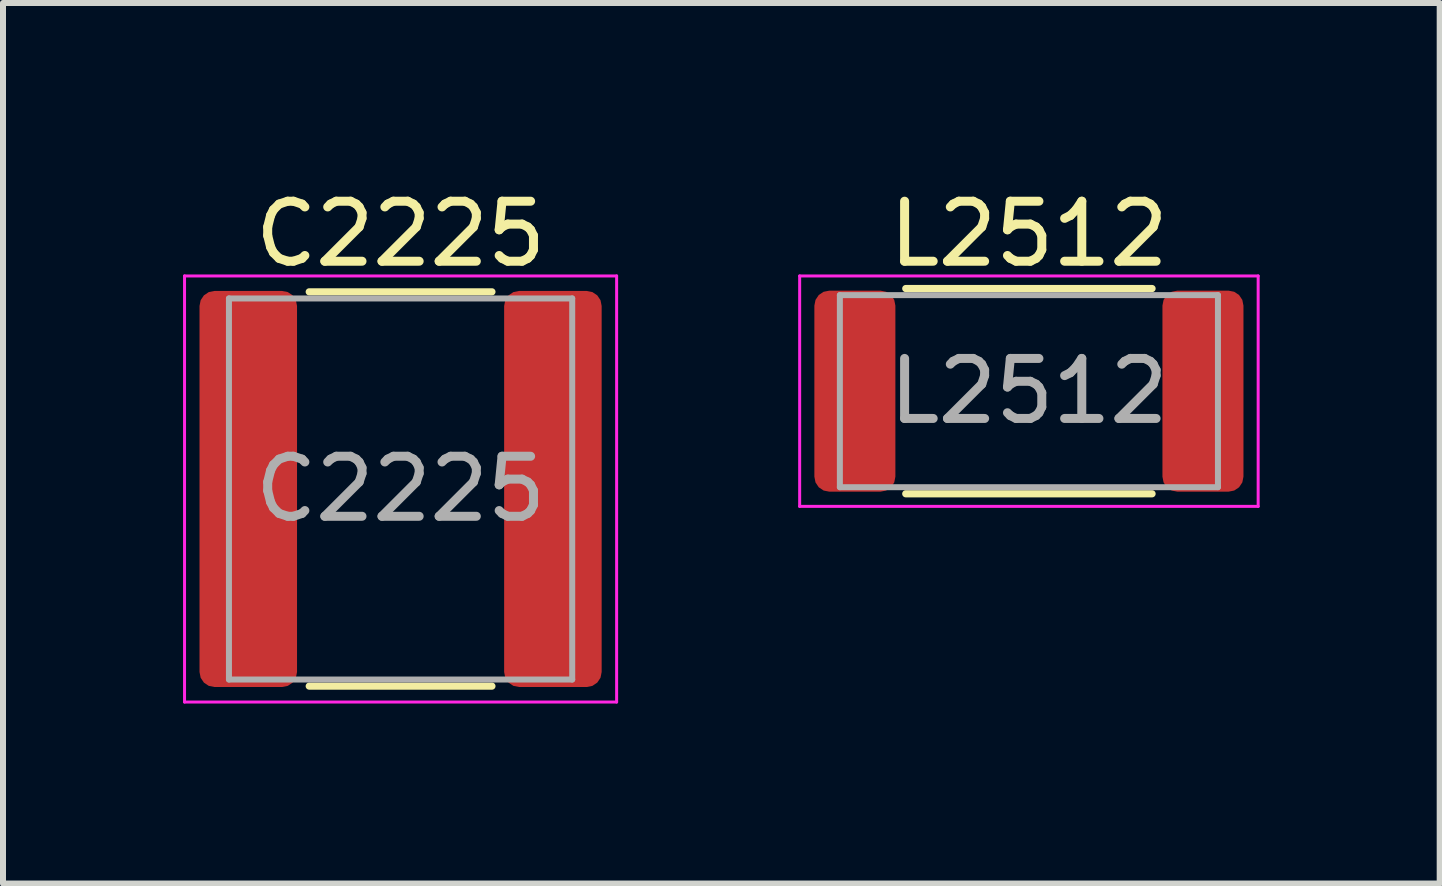
<source format=kicad_pcb>
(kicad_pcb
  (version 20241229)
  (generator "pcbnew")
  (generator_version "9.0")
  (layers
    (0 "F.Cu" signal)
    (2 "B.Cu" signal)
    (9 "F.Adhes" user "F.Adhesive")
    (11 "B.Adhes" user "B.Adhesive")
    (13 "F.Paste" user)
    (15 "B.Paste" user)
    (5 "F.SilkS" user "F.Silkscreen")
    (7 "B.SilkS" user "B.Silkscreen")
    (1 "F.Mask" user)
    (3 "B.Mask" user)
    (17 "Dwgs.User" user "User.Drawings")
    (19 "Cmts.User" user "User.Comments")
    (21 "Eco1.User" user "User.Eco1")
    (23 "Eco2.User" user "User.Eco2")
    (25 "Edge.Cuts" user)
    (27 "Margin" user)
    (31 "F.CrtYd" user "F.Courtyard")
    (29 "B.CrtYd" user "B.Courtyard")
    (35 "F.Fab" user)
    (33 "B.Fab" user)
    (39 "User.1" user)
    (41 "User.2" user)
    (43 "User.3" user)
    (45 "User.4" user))
  (footprint "C2225"
    (layer "F.Cu")
    (at 3.625 5.098)
    (property "Reference" "C2225" (at 0 -4.25 0) (layer "F.SilkS") (effects (font (size 1 1) (thickness 0.15))))
    (attr smd)
    (fp_line (start -1.522 -3.285) (end 1.522 -3.285) (stroke (width 0.12) (type solid)) (layer "F.SilkS"))
    (fp_line (start -1.522 3.285) (end 1.522 3.285) (stroke (width 0.12) (type solid)) (layer "F.SilkS"))
    (fp_line (start -3.6 -3.55) (end 3.6 -3.55) (stroke (width 0.05) (type solid)) (layer "F.CrtYd"))
    (fp_line (start -3.6 3.55) (end -3.6 -3.55) (stroke (width 0.05) (type solid)) (layer "F.CrtYd"))
    (fp_line (start 3.6 -3.55) (end 3.6 3.55) (stroke (width 0.05) (type solid)) (layer "F.CrtYd"))
    (fp_line (start 3.6 3.55) (end -3.6 3.55) (stroke (width 0.05) (type solid)) (layer "F.CrtYd"))
    (fp_line (start -2.86 -3.175) (end 2.86 -3.175) (stroke (width 0.1) (type solid)) (layer "F.Fab"))
    (fp_line (start -2.86 3.175) (end -2.86 -3.175) (stroke (width 0.1) (type solid)) (layer "F.Fab"))
    (fp_line (start 2.86 -3.175) (end 2.86 3.175) (stroke (width 0.1) (type solid)) (layer "F.Fab"))
    (fp_line (start 2.86 3.175) (end -2.86 3.175) (stroke (width 0.1) (type solid)) (layer "F.Fab"))
    (fp_text user "${REFERENCE}" (at 0 0 0) (layer "F.Fab") (effects (font (size 1 1) (thickness 0.15))))
    (pad "1" smd roundrect (at -2.538 0) (size 1.625 6.6) (layers "F.Cu" "F.Mask" "F.Paste") (roundrect_rratio 0.154))
    (pad "2" smd roundrect (at 2.538 0) (size 1.625 6.6) (layers "F.Cu" "F.Mask" "F.Paste") (roundrect_rratio 0.154)))
  (footprint "L2512"
    (layer "F.Cu")
    (at 14.095 3.468)
    (property "Reference" "L2512" (at 0 -2.62 0) (layer "F.SilkS") (effects (font (size 1 1) (thickness 0.15))))
    (attr smd)
    (fp_line (start -2.052 -1.71) (end 2.052 -1.71) (stroke (width 0.12) (type solid)) (layer "F.SilkS"))
    (fp_line (start -2.052 1.71) (end 2.052 1.71) (stroke (width 0.12) (type solid)) (layer "F.SilkS"))
    (fp_line (start -3.82 -1.92) (end 3.82 -1.92) (stroke (width 0.05) (type solid)) (layer "F.CrtYd"))
    (fp_line (start -3.82 1.92) (end -3.82 -1.92) (stroke (width 0.05) (type solid)) (layer "F.CrtYd"))
    (fp_line (start 3.82 -1.92) (end 3.82 1.92) (stroke (width 0.05) (type solid)) (layer "F.CrtYd"))
    (fp_line (start 3.82 1.92) (end -3.82 1.92) (stroke (width 0.05) (type solid)) (layer "F.CrtYd"))
    (fp_line (start -3.15 -1.6) (end 3.15 -1.6) (stroke (width 0.1) (type solid)) (layer "F.Fab"))
    (fp_line (start -3.15 1.6) (end -3.15 -1.6) (stroke (width 0.1) (type solid)) (layer "F.Fab"))
    (fp_line (start 3.15 -1.6) (end 3.15 1.6) (stroke (width 0.1) (type solid)) (layer "F.Fab"))
    (fp_line (start 3.15 1.6) (end -3.15 1.6) (stroke (width 0.1) (type solid)) (layer "F.Fab"))
    (fp_text user "${REFERENCE}" (at 0 0 0) (layer "F.Fab") (effects (font (size 1 1) (thickness 0.15))))
    (pad "1" smd roundrect (at -2.9 0) (size 1.35 3.35) (layers "F.Cu" "F.Mask" "F.Paste") (roundrect_rratio 0.185))
    (pad "2" smd roundrect (at 2.9 0) (size 1.35 3.35) (layers "F.Cu" "F.Mask" "F.Paste") (roundrect_rratio 0.185)))
  (gr_rect
    (start -3 -3)
    (end 20.94 11.673)
    (stroke (width 0.1) (type default))
    (fill no)
    (layer "Edge.Cuts")))
</source>
